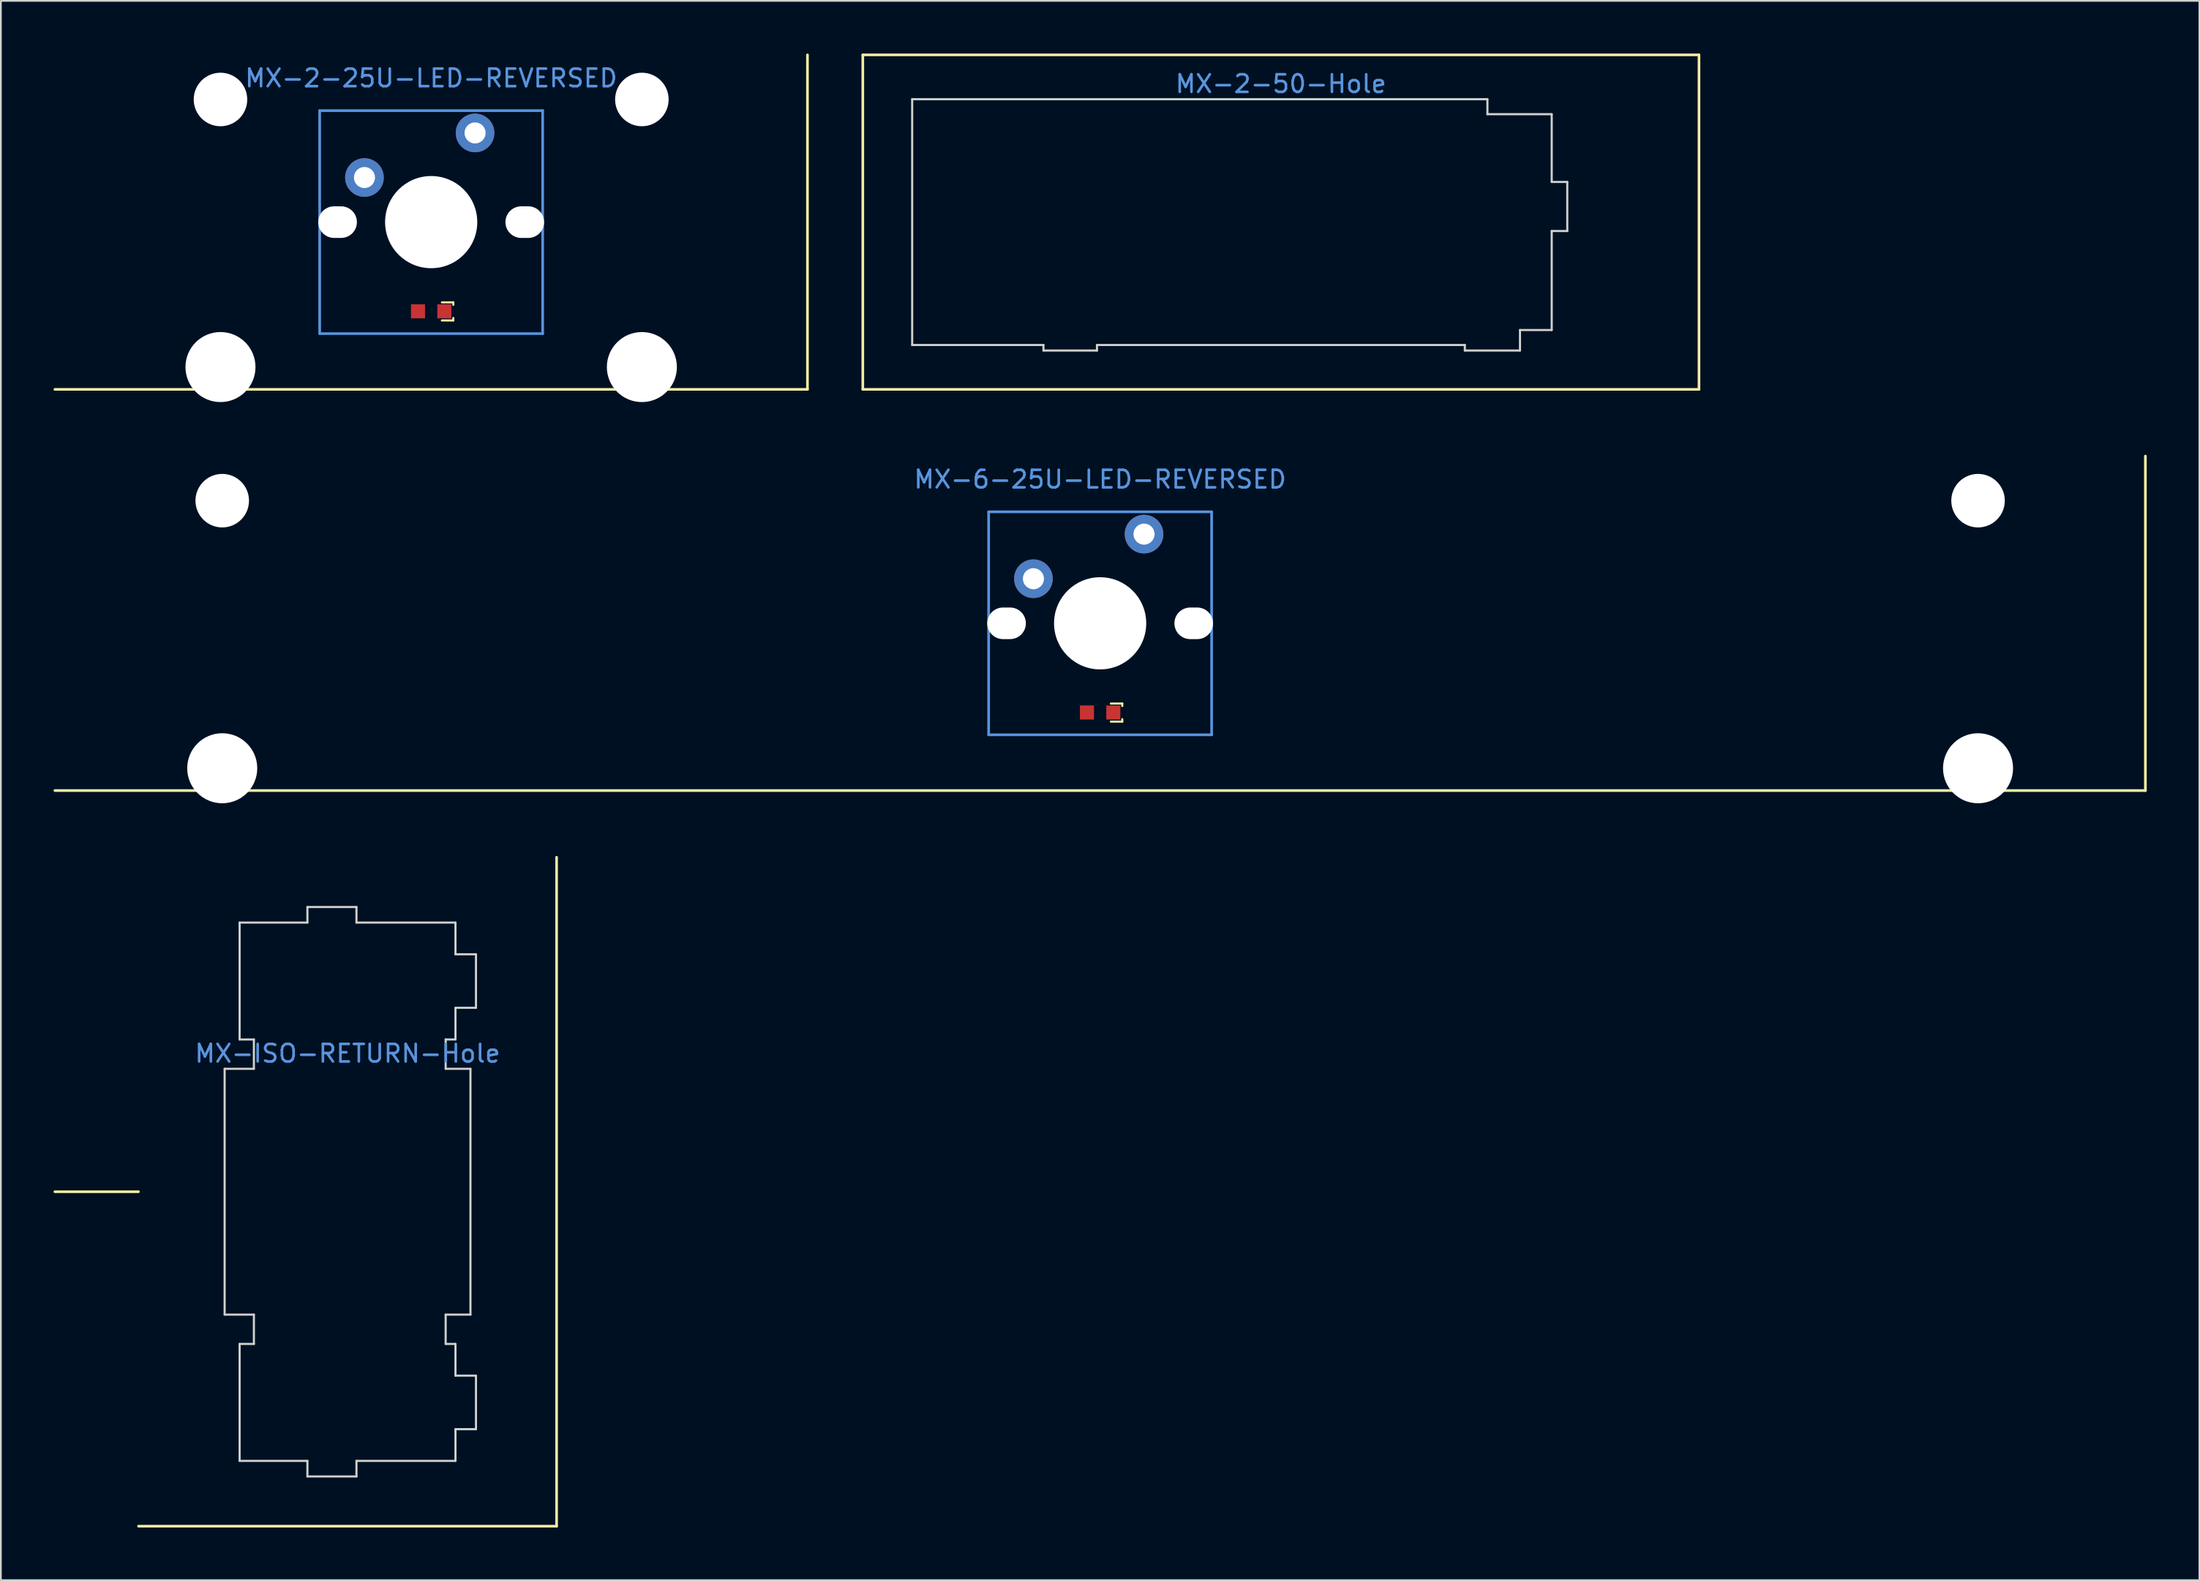
<source format=kicad_pcb>
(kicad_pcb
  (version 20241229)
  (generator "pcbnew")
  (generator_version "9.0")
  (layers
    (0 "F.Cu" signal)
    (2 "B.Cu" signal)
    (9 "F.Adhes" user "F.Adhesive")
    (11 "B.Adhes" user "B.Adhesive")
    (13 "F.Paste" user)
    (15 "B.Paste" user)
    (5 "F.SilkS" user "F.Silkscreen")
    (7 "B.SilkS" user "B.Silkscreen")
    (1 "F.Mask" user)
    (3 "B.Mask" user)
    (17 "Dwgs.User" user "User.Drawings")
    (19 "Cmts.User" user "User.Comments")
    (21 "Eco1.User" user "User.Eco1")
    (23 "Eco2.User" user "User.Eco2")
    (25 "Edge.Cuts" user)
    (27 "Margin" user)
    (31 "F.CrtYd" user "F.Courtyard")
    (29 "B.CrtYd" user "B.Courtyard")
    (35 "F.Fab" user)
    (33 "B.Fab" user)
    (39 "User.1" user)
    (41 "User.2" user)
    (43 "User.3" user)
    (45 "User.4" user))
  (footprint "MX-6-25U-LED-REVERSED"
    (layer "F.Cu")
    (at 59.607 37.531)
    (property "Reference" "MX-6-25U-LED-REVERSED" (at 0 -13.28 0) (layer "Cmts.User") (effects (font (size 1 1) (thickness 0.15))))
    (fp_line (start 0.61 -0.51) (end 1.26 -0.51) (stroke (width 0.12) (type solid)) (layer "F.SilkS"))
    (fp_line (start 0.61 0.52) (end 1.26 0.52) (stroke (width 0.12) (type solid)) (layer "F.SilkS"))
    (fp_line (start 1.26 -0.51) (end 1.26 -0.37) (stroke (width 0.12) (type solid)) (layer "F.SilkS"))
    (fp_line (start 1.26 0.52) (end 1.26 0.38) (stroke (width 0.12) (type solid)) (layer "F.SilkS"))
    (fp_line (start 59.531 -14.605) (end 59.531 4.445) (stroke (width 0.152) (type solid)) (layer "F.SilkS"))
    (fp_line (start 59.531 4.445) (end -59.531 4.445) (stroke (width 0.152) (type solid)) (layer "F.SilkS"))
    (fp_line (start -6.35 -11.43) (end 6.35 -11.43) (stroke (width 0.152) (type solid)) (layer "Cmts.User"))
    (fp_line (start -6.35 1.27) (end -6.35 -11.43) (stroke (width 0.152) (type solid)) (layer "Cmts.User"))
    (fp_line (start 6.35 -11.43) (end 6.35 1.27) (stroke (width 0.152) (type solid)) (layer "Cmts.User"))
    (fp_line (start 6.35 1.27) (end -6.35 1.27) (stroke (width 0.152) (type solid)) (layer "Cmts.User"))
    (pad "" np_thru_hole circle (at -50 -12.065 180) (size 3.048 3.048) (drill 3.048) (layers "*.Cu" "*.Mask"))
    (pad "" np_thru_hole circle (at -50 3.175 180) (size 3.988 3.988) (drill 3.988) (layers "*.Cu" "*.Mask"))
    (pad "" np_thru_hole oval (at -5.33 -5.08 270) (size 1.8 2.2) (drill oval 1.8 2.2) (layers "*.Cu" "*.Mask"))
    (pad "" np_thru_hole circle (at 0 -5.08 180) (size 5.25 5.25) (drill 5.25) (layers "*.Cu" "*.Mask"))
    (pad "" np_thru_hole oval (at 5.33 -5.08 270) (size 1.8 2.2) (drill oval 1.8 2.2) (layers "*.Cu" "*.Mask"))
    (pad "" np_thru_hole circle (at 50 -12.065 180) (size 3.048 3.048) (drill 3.048) (layers "*.Cu" "*.Mask"))
    (pad "" np_thru_hole circle (at 50 3.175 180) (size 3.988 3.988) (drill 3.988) (layers "*.Cu" "*.Mask"))
    (pad "1" thru_hole circle (at 2.5 -10.16) (size 2.2 2.2) (drill oval 1.2) (layers "*.Cu" "*.Mask"))
    (pad "2" thru_hole circle (at -3.8 -7.62 225) (size 2.2 2.2) (drill 1.2) (layers "*.Cu" "*.Mask"))
    (pad "3" smd rect (at 0.75 0 90) (size 0.8 0.8) (layers "F.Cu" "F.Mask" "F.Paste"))
    (pad "4" smd rect (at -0.75 0 90) (size 0.8 0.8) (layers "F.Cu" "F.Mask" "F.Paste")))
  (footprint "MX-ISO-RETURN-Hole"
    (layer "F.Cu")
    (at 16.744 64.825)
    (property "Reference" "MX-ISO-RETURN-Hole" (at 0 -7.874 0) (layer "Cmts.User") (effects (font (size 1 1) (thickness 0.15))))
    (attr through_hole)
    (fp_line (start -11.906 0) (end -16.669 0) (stroke (width 0.15) (type solid)) (layer "F.SilkS"))
    (fp_line (start 11.906 -19.05) (end 11.906 19.05) (stroke (width 0.15) (type solid)) (layer "F.SilkS"))
    (fp_line (start 11.906 19.05) (end -11.906 19.05) (stroke (width 0.15) (type solid)) (layer "F.SilkS"))
    (fp_line (start -7 -7) (end -5.334 -7) (stroke (width 0.12) (type solid)) (layer "Edge.Cuts"))
    (fp_line (start -7 7) (end -7 -7) (stroke (width 0.12) (type solid)) (layer "Edge.Cuts"))
    (fp_line (start -7 7) (end -5.334 7) (stroke (width 0.12) (type solid)) (layer "Edge.Cuts"))
    (fp_line (start -6.147 -15.33) (end -2.286 -15.33) (stroke (width 0.12) (type solid)) (layer "Edge.Cuts"))
    (fp_line (start -6.147 -8.67) (end -6.147 -15.33) (stroke (width 0.12) (type solid)) (layer "Edge.Cuts"))
    (fp_line (start -6.147 -8.67) (end -5.334 -8.67) (stroke (width 0.12) (type solid)) (layer "Edge.Cuts"))
    (fp_line (start -6.147 8.67) (end -6.147 15.33) (stroke (width 0.12) (type solid)) (layer "Edge.Cuts"))
    (fp_line (start -6.147 8.67) (end -5.334 8.67) (stroke (width 0.12) (type solid)) (layer "Edge.Cuts"))
    (fp_line (start -6.147 15.33) (end -2.286 15.33) (stroke (width 0.12) (type solid)) (layer "Edge.Cuts"))
    (fp_line (start -5.334 -8.67) (end -5.334 -7) (stroke (width 0.12) (type solid)) (layer "Edge.Cuts"))
    (fp_line (start -5.334 8.67) (end -5.334 7) (stroke (width 0.12) (type solid)) (layer "Edge.Cuts"))
    (fp_line (start -2.286 -16.216) (end 0.508 -16.216) (stroke (width 0.12) (type solid)) (layer "Edge.Cuts"))
    (fp_line (start -2.286 -15.33) (end -2.286 -16.216) (stroke (width 0.12) (type solid)) (layer "Edge.Cuts"))
    (fp_line (start -2.286 15.33) (end -2.286 16.216) (stroke (width 0.12) (type solid)) (layer "Edge.Cuts"))
    (fp_line (start -2.286 16.216) (end 0.508 16.216) (stroke (width 0.12) (type solid)) (layer "Edge.Cuts"))
    (fp_line (start 0.508 -15.33) (end 0.508 -16.216) (stroke (width 0.12) (type solid)) (layer "Edge.Cuts"))
    (fp_line (start 0.508 -15.33) (end 6.147 -15.33) (stroke (width 0.12) (type solid)) (layer "Edge.Cuts"))
    (fp_line (start 0.508 15.33) (end 0.508 16.216) (stroke (width 0.12) (type solid)) (layer "Edge.Cuts"))
    (fp_line (start 0.508 15.33) (end 6.147 15.33) (stroke (width 0.12) (type solid)) (layer "Edge.Cuts"))
    (fp_line (start 5.588 -8.67) (end 5.588 -7) (stroke (width 0.12) (type solid)) (layer "Edge.Cuts"))
    (fp_line (start 5.588 8.67) (end 5.588 7) (stroke (width 0.12) (type solid)) (layer "Edge.Cuts"))
    (fp_line (start 6.147 -13.524) (end 6.147 -15.33) (stroke (width 0.12) (type solid)) (layer "Edge.Cuts"))
    (fp_line (start 6.147 -13.524) (end 7.315 -13.524) (stroke (width 0.12) (type solid)) (layer "Edge.Cuts"))
    (fp_line (start 6.147 -10.476) (end 7.315 -10.476) (stroke (width 0.12) (type solid)) (layer "Edge.Cuts"))
    (fp_line (start 6.147 -8.67) (end 5.588 -8.67) (stroke (width 0.12) (type solid)) (layer "Edge.Cuts"))
    (fp_line (start 6.147 -8.67) (end 6.147 -10.476) (stroke (width 0.12) (type solid)) (layer "Edge.Cuts"))
    (fp_line (start 6.147 8.67) (end 5.588 8.67) (stroke (width 0.12) (type solid)) (layer "Edge.Cuts"))
    (fp_line (start 6.147 8.67) (end 6.147 10.476) (stroke (width 0.12) (type solid)) (layer "Edge.Cuts"))
    (fp_line (start 6.147 10.476) (end 7.315 10.476) (stroke (width 0.12) (type solid)) (layer "Edge.Cuts"))
    (fp_line (start 6.147 13.524) (end 6.147 15.33) (stroke (width 0.12) (type solid)) (layer "Edge.Cuts"))
    (fp_line (start 6.147 13.524) (end 7.315 13.524) (stroke (width 0.12) (type solid)) (layer "Edge.Cuts"))
    (fp_line (start 7 -7) (end 5.588 -7) (stroke (width 0.12) (type solid)) (layer "Edge.Cuts"))
    (fp_line (start 7 7) (end 5.588 7) (stroke (width 0.12) (type solid)) (layer "Edge.Cuts"))
    (fp_line (start 7 7) (end 7 -7) (stroke (width 0.12) (type solid)) (layer "Edge.Cuts"))
    (fp_line (start 7.315 -10.476) (end 7.315 -13.524) (stroke (width 0.12) (type solid)) (layer "Edge.Cuts"))
    (fp_line (start 7.315 10.476) (end 7.315 13.524) (stroke (width 0.12) (type solid)) (layer "Edge.Cuts")))
  (footprint "MX-2-25U-LED-REVERSED"
    (layer "F.Cu")
    (at 21.507 14.681)
    (property "Reference" "MX-2-25U-LED-REVERSED" (at 0 -13.28 0) (layer "Cmts.User") (effects (font (size 1 1) (thickness 0.15))))
    (fp_line (start 0.61 -0.51) (end 1.26 -0.51) (stroke (width 0.12) (type solid)) (layer "F.SilkS"))
    (fp_line (start 0.61 0.52) (end 1.26 0.52) (stroke (width 0.12) (type solid)) (layer "F.SilkS"))
    (fp_line (start 1.26 -0.51) (end 1.26 -0.37) (stroke (width 0.12) (type solid)) (layer "F.SilkS"))
    (fp_line (start 1.26 0.52) (end 1.26 0.38) (stroke (width 0.12) (type solid)) (layer "F.SilkS"))
    (fp_line (start 21.431 -14.605) (end 21.431 4.445) (stroke (width 0.152) (type solid)) (layer "F.SilkS"))
    (fp_line (start 21.431 4.445) (end -21.431 4.445) (stroke (width 0.152) (type solid)) (layer "F.SilkS"))
    (fp_line (start -6.35 -11.43) (end 6.35 -11.43) (stroke (width 0.152) (type solid)) (layer "Cmts.User"))
    (fp_line (start -6.35 1.27) (end -6.35 -11.43) (stroke (width 0.152) (type solid)) (layer "Cmts.User"))
    (fp_line (start 6.35 -11.43) (end 6.35 1.27) (stroke (width 0.152) (type solid)) (layer "Cmts.User"))
    (fp_line (start 6.35 1.27) (end -6.35 1.27) (stroke (width 0.152) (type solid)) (layer "Cmts.User"))
    (pad "" np_thru_hole circle (at -12 -12.065 180) (size 3.048 3.048) (drill 3.048) (layers "*.Cu" "*.Mask"))
    (pad "" np_thru_hole circle (at -12 3.175 180) (size 3.988 3.988) (drill 3.988) (layers "*.Cu" "*.Mask"))
    (pad "" np_thru_hole oval (at -5.33 -5.08 270) (size 1.8 2.2) (drill oval 1.8 2.2) (layers "*.Cu" "*.Mask"))
    (pad "" np_thru_hole circle (at 0 -5.08 180) (size 5.25 5.25) (drill 5.25) (layers "*.Cu" "*.Mask"))
    (pad "" np_thru_hole oval (at 5.33 -5.08 270) (size 1.8 2.2) (drill oval 1.8 2.2) (layers "*.Cu" "*.Mask"))
    (pad "" np_thru_hole circle (at 12 -12.065 180) (size 3.048 3.048) (drill 3.048) (layers "*.Cu" "*.Mask"))
    (pad "" np_thru_hole circle (at 12 3.175 180) (size 3.988 3.988) (drill 3.988) (layers "*.Cu" "*.Mask"))
    (pad "1" thru_hole circle (at 2.5 -10.16) (size 2.2 2.2) (drill 1.2) (layers "*.Cu" "*.Mask"))
    (pad "2" thru_hole circle (at -3.8 -7.62 225) (size 2.2 2.2) (drill 1.2) (layers "*.Cu" "*.Mask"))
    (pad "3" smd rect (at 0.75 0 90) (size 0.8 0.8) (layers "F.Cu" "F.Mask" "F.Paste"))
    (pad "4" smd rect (at -0.75 0 90) (size 0.8 0.8) (layers "F.Cu" "F.Mask" "F.Paste")))
  (footprint "MX-2-50-Hole"
    (layer "F.Cu")
    (at 69.902 9.6)
    (property "Reference" "MX-2-50-Hole" (at 0 -7.874 0) (layer "Cmts.User") (effects (font (size 1 1) (thickness 0.15))))
    (attr through_hole)
    (fp_line (start -23.812 -9.525) (end 23.812 -9.525) (stroke (width 0.15) (type solid)) (layer "F.SilkS"))
    (fp_line (start -23.812 9.525) (end -23.812 -9.525) (stroke (width 0.15) (type solid)) (layer "F.SilkS"))
    (fp_line (start 23.812 -9.525) (end 23.812 9.525) (stroke (width 0.15) (type solid)) (layer "F.SilkS"))
    (fp_line (start 23.812 9.525) (end -23.812 9.525) (stroke (width 0.15) (type solid)) (layer "F.SilkS"))
    (fp_line (start -21 -7) (end -21 7) (stroke (width 0.12) (type solid)) (layer "Edge.Cuts"))
    (fp_line (start -21 -7) (end 11.762 -7) (stroke (width 0.12) (type solid)) (layer "Edge.Cuts"))
    (fp_line (start -21 7) (end -13.524 7) (stroke (width 0.12) (type solid)) (layer "Edge.Cuts"))
    (fp_line (start -13.524 7) (end -13.524 7.315) (stroke (width 0.12) (type solid)) (layer "Edge.Cuts"))
    (fp_line (start -10.476 7) (end -10.476 7.315) (stroke (width 0.12) (type solid)) (layer "Edge.Cuts"))
    (fp_line (start -10.476 7) (end 10.476 7) (stroke (width 0.12) (type solid)) (layer "Edge.Cuts"))
    (fp_line (start -10.476 7.315) (end -13.524 7.315) (stroke (width 0.12) (type solid)) (layer "Edge.Cuts"))
    (fp_line (start 10.476 7) (end 10.476 7.315) (stroke (width 0.12) (type solid)) (layer "Edge.Cuts"))
    (fp_line (start 10.476 7.315) (end 13.617 7.315) (stroke (width 0.12) (type solid)) (layer "Edge.Cuts"))
    (fp_line (start 11.762 -7) (end 11.762 -6.147) (stroke (width 0.12) (type solid)) (layer "Edge.Cuts"))
    (fp_line (start 11.762 -6.147) (end 15.424 -6.147) (stroke (width 0.12) (type solid)) (layer "Edge.Cuts"))
    (fp_line (start 13.617 6.147) (end 13.617 7.315) (stroke (width 0.12) (type solid)) (layer "Edge.Cuts"))
    (fp_line (start 13.617 6.147) (end 15.424 6.147) (stroke (width 0.12) (type solid)) (layer "Edge.Cuts"))
    (fp_line (start 15.424 -6.147) (end 15.424 -2.286) (stroke (width 0.12) (type solid)) (layer "Edge.Cuts"))
    (fp_line (start 15.424 -2.286) (end 16.31 -2.286) (stroke (width 0.12) (type solid)) (layer "Edge.Cuts"))
    (fp_line (start 15.424 0.508) (end 15.424 6.147) (stroke (width 0.12) (type solid)) (layer "Edge.Cuts"))
    (fp_line (start 15.424 0.508) (end 16.31 0.508) (stroke (width 0.12) (type solid)) (layer "Edge.Cuts"))
    (fp_line (start 16.31 -2.286) (end 16.31 0.508) (stroke (width 0.12) (type solid)) (layer "Edge.Cuts")))
  (gr_rect
    (start -3 -3)
    (end 122.215 86.95)
    (stroke (width 0.1) (type default))
    (fill no)
    (layer "Edge.Cuts")))
</source>
